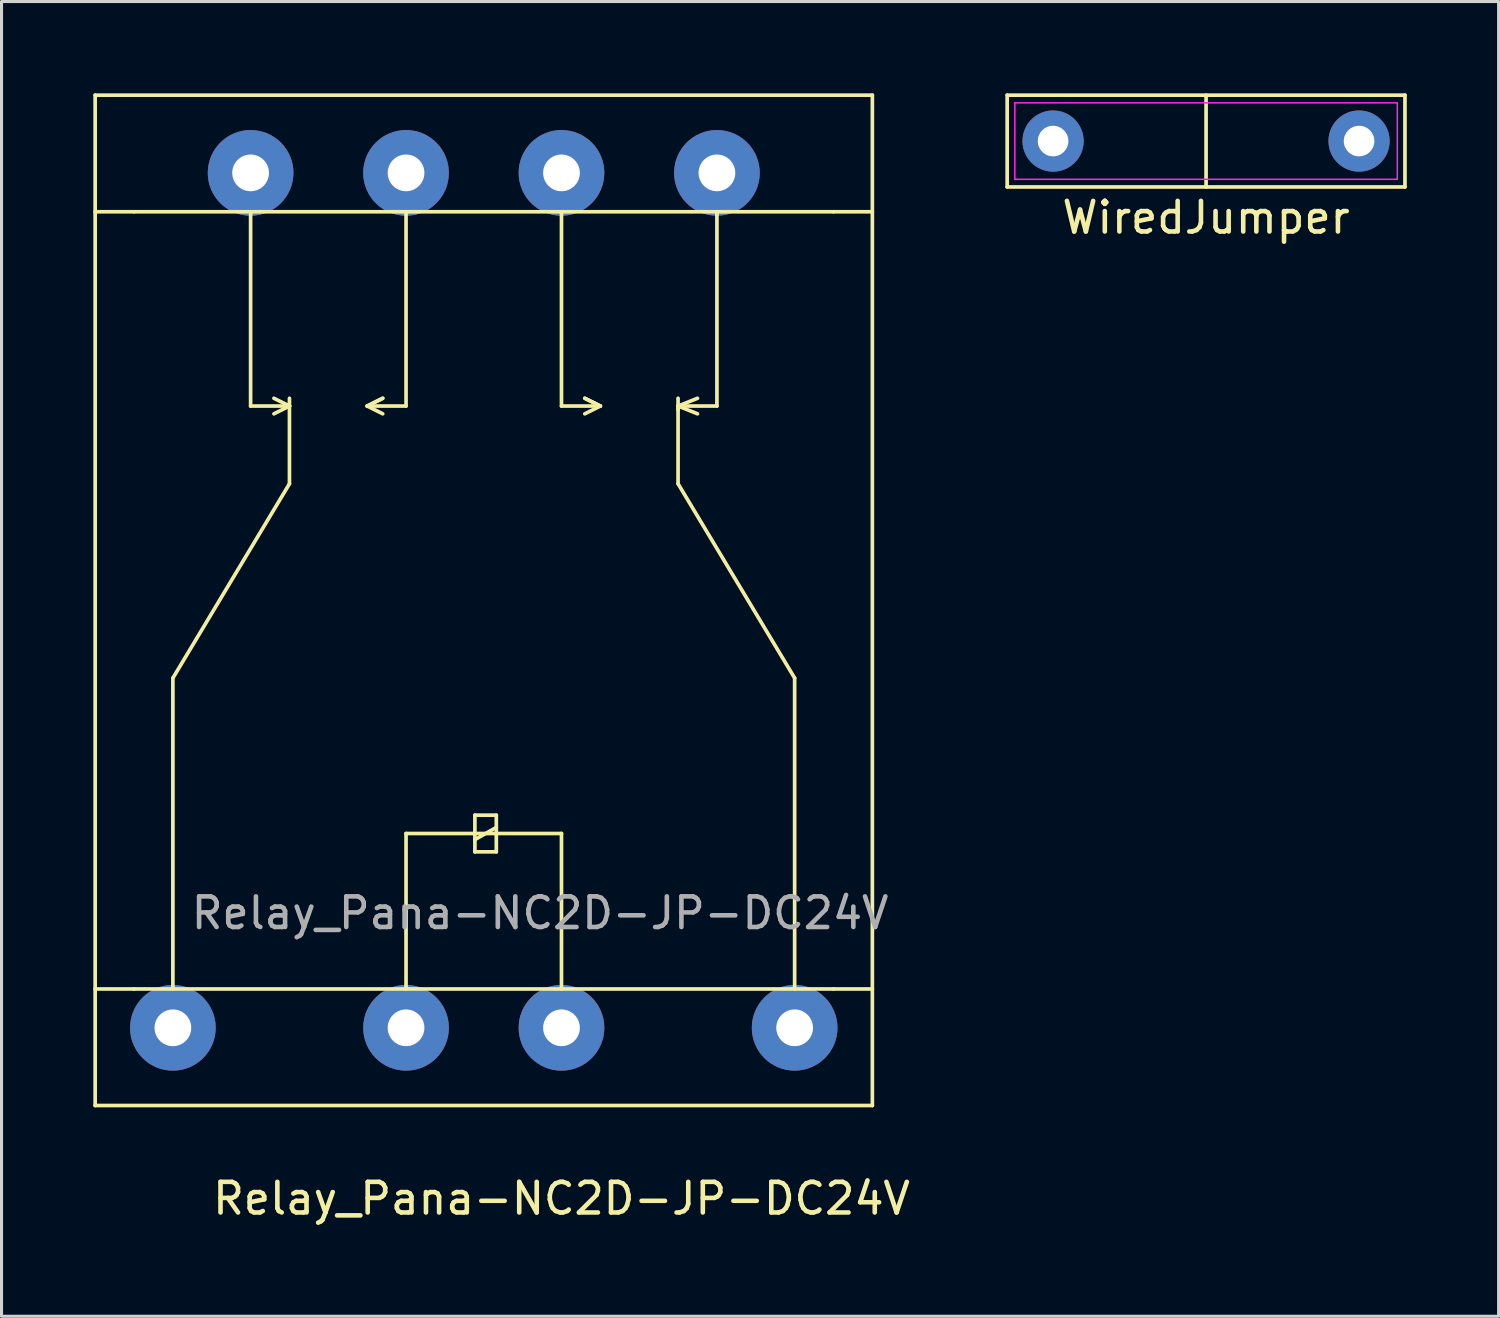
<source format=kicad_pcb>
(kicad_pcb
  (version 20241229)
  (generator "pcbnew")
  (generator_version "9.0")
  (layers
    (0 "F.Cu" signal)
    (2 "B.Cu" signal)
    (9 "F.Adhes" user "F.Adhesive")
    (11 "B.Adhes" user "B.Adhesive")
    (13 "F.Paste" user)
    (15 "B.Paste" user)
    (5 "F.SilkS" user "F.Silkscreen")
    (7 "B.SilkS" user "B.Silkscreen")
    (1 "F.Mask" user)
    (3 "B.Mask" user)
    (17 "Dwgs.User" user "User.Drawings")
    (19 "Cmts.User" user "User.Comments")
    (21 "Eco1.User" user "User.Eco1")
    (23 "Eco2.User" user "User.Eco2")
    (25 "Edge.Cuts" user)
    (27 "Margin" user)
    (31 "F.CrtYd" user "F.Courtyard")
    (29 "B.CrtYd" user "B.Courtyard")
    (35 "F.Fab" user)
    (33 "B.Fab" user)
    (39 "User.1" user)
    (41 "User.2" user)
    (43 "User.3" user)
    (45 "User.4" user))
  (footprint "WiredJumper"
    (layer "F.Cu")
    (at 36.366 1.56)
    (property "Reference" "WiredJumper" (at 0 2.5 0) (layer "F.SilkS") (effects (font (size 1 1) (thickness 0.15))))
    (attr through_hole)
    (fp_line (start -6.5 -1.5) (end 6.5 -1.5) (stroke (width 0.12) (type solid)) (layer "F.SilkS"))
    (fp_line (start -6.5 1.5) (end -6.5 -1.5) (stroke (width 0.12) (type solid)) (layer "F.SilkS"))
    (fp_line (start 0 -1.5) (end 0 1.5) (stroke (width 0.12) (type solid)) (layer "F.SilkS"))
    (fp_line (start 6.5 -1.5) (end 6.5 1.5) (stroke (width 0.12) (type solid)) (layer "F.SilkS"))
    (fp_line (start 6.5 1.5) (end -6.5 1.5) (stroke (width 0.12) (type solid)) (layer "F.SilkS"))
    (fp_line (start -6.25 -1.25) (end 6.25 -1.25) (stroke (width 0.05) (type solid)) (layer "F.CrtYd"))
    (fp_line (start -6.25 1.25) (end -6.25 -1.25) (stroke (width 0.05) (type solid)) (layer "F.CrtYd"))
    (fp_line (start 6.25 -1.25) (end 6.25 1.25) (stroke (width 0.05) (type solid)) (layer "F.CrtYd"))
    (fp_line (start 6.25 1.25) (end -6.25 1.25) (stroke (width 0.05) (type solid)) (layer "F.CrtYd"))
    (pad "1" thru_hole circle (at -5 0) (size 2 2) (drill 1) (layers "*.Cu" "*.Mask"))
    (pad "2" thru_hole circle (at 5 0) (size 2 2) (drill 1) (layers "*.Cu" "*.Mask")))
  (footprint "Relay_Pana-NC2D-JP-DC24V"
    (layer "F.Cu")
    (at 15.3 35.62)
    (property "Reference" "Relay_Pana-NC2D-JP-DC24V" (at 0 0.5 0) (layer "F.SilkS") (effects (font (size 1 1) (thickness 0.15))))
    (attr through_hole)
    (fp_line (start -15.24 -35.56) (end 10.16 -35.56) (stroke (width 0.12) (type solid)) (layer "F.SilkS"))
    (fp_line (start -15.24 -2.54) (end -15.24 -35.56) (stroke (width 0.12) (type solid)) (layer "F.SilkS"))
    (fp_line (start -13.97 -31.75) (end -15.24 -31.75) (stroke (width 0.12) (type solid)) (layer "F.SilkS"))
    (fp_line (start -13.97 -31.75) (end 8.89 -31.75) (stroke (width 0.12) (type solid)) (layer "F.SilkS"))
    (fp_line (start -13.97 -6.35) (end -15.24 -6.35) (stroke (width 0.12) (type solid)) (layer "F.SilkS"))
    (fp_line (start -12.7 -16.51) (end -8.89 -22.86) (stroke (width 0.12) (type solid)) (layer "F.SilkS"))
    (fp_line (start -12.7 -6.35) (end -12.7 -16.51) (stroke (width 0.12) (type solid)) (layer "F.SilkS"))
    (fp_line (start -10.16 -31.75) (end -10.16 -25.4) (stroke (width 0.12) (type solid)) (layer "F.SilkS"))
    (fp_line (start -10.16 -25.4) (end -8.89 -25.4) (stroke (width 0.12) (type solid)) (layer "F.SilkS"))
    (fp_line (start -8.89 -25.4) (end -9.398 -25.654) (stroke (width 0.12) (type solid)) (layer "F.SilkS"))
    (fp_line (start -8.89 -25.4) (end -9.398 -25.146) (stroke (width 0.12) (type solid)) (layer "F.SilkS"))
    (fp_line (start -8.89 -25.4) (end -8.89 -25.654) (stroke (width 0.12) (type solid)) (layer "F.SilkS"))
    (fp_line (start -8.89 -22.86) (end -8.89 -25.4) (stroke (width 0.12) (type solid)) (layer "F.SilkS"))
    (fp_line (start -6.35 -25.4) (end -5.842 -25.654) (stroke (width 0.12) (type solid)) (layer "F.SilkS"))
    (fp_line (start -6.35 -25.4) (end -5.842 -25.146) (stroke (width 0.12) (type solid)) (layer "F.SilkS"))
    (fp_line (start -5.842 -25.654) (end -6.35 -25.4) (stroke (width 0.12) (type solid)) (layer "F.SilkS"))
    (fp_line (start -5.08 -31.75) (end -5.08 -25.4) (stroke (width 0.12) (type solid)) (layer "F.SilkS"))
    (fp_line (start -5.08 -25.4) (end -6.35 -25.4) (stroke (width 0.12) (type solid)) (layer "F.SilkS"))
    (fp_line (start -5.08 -6.35) (end -5.08 -11.43) (stroke (width 0.12) (type solid)) (layer "F.SilkS"))
    (fp_line (start -2.83 -12.03) (end -2.83 -10.83) (stroke (width 0.12) (type solid)) (layer "F.SilkS"))
    (fp_line (start -2.83 -10.83) (end -2.13 -10.83) (stroke (width 0.12) (type solid)) (layer "F.SilkS"))
    (fp_line (start -2.13 -12.03) (end -2.83 -12.03) (stroke (width 0.12) (type solid)) (layer "F.SilkS"))
    (fp_line (start -2.13 -11.63) (end -2.83 -11.23) (stroke (width 0.12) (type solid)) (layer "F.SilkS"))
    (fp_line (start -2.13 -10.83) (end -2.13 -12.03) (stroke (width 0.12) (type solid)) (layer "F.SilkS"))
    (fp_line (start 0 -31.75) (end 0 -25.4) (stroke (width 0.12) (type solid)) (layer "F.SilkS"))
    (fp_line (start 0 -25.4) (end 1.27 -25.4) (stroke (width 0.12) (type solid)) (layer "F.SilkS"))
    (fp_line (start 0 -11.43) (end -5.08 -11.43) (stroke (width 0.12) (type solid)) (layer "F.SilkS"))
    (fp_line (start 0 -6.35) (end 0 -11.43) (stroke (width 0.12) (type solid)) (layer "F.SilkS"))
    (fp_line (start 0.762 -25.654) (end 1.27 -25.4) (stroke (width 0.12) (type solid)) (layer "F.SilkS"))
    (fp_line (start 1.27 -25.4) (end 0.762 -25.654) (stroke (width 0.12) (type solid)) (layer "F.SilkS"))
    (fp_line (start 1.27 -25.4) (end 0.762 -25.146) (stroke (width 0.12) (type solid)) (layer "F.SilkS"))
    (fp_line (start 3.81 -25.654) (end 3.81 -25.273) (stroke (width 0.12) (type solid)) (layer "F.SilkS"))
    (fp_line (start 3.81 -25.4) (end 4.445 -25.654) (stroke (width 0.12) (type solid)) (layer "F.SilkS"))
    (fp_line (start 3.81 -25.4) (end 4.445 -25.146) (stroke (width 0.12) (type solid)) (layer "F.SilkS"))
    (fp_line (start 3.81 -22.86) (end 3.81 -25.4) (stroke (width 0.12) (type solid)) (layer "F.SilkS"))
    (fp_line (start 5.08 -31.75) (end 5.08 -25.4) (stroke (width 0.12) (type solid)) (layer "F.SilkS"))
    (fp_line (start 5.08 -25.4) (end 3.81 -25.4) (stroke (width 0.12) (type solid)) (layer "F.SilkS"))
    (fp_line (start 7.62 -16.51) (end 3.81 -22.86) (stroke (width 0.12) (type solid)) (layer "F.SilkS"))
    (fp_line (start 7.62 -6.35) (end 7.62 -16.51) (stroke (width 0.12) (type solid)) (layer "F.SilkS"))
    (fp_line (start 8.89 -31.75) (end 10.16 -31.75) (stroke (width 0.12) (type solid)) (layer "F.SilkS"))
    (fp_line (start 8.89 -6.35) (end -13.97 -6.35) (stroke (width 0.12) (type solid)) (layer "F.SilkS"))
    (fp_line (start 8.89 -6.35) (end 10.16 -6.35) (stroke (width 0.12) (type solid)) (layer "F.SilkS"))
    (fp_line (start 10.16 -35.56) (end 10.16 -2.54) (stroke (width 0.12) (type solid)) (layer "F.SilkS"))
    (fp_line (start 10.16 -2.54) (end -15.24 -2.54) (stroke (width 0.12) (type solid)) (layer "F.SilkS"))
    (fp_text user "${REFERENCE}" (at -0.7 -8.83 180) (layer "F.Fab") (effects (font (size 1 1) (thickness 0.15))))
    (pad "2" thru_hole circle (at 7.62 -5.08 90) (size 2.8 2.8) (drill 1.2) (layers "*.Cu" "*.Mask"))
    (pad "4" thru_hole circle (at 0 -5.08 90) (size 2.8 2.8) (drill 1.2) (layers "*.Cu" "*.Mask"))
    (pad "5" thru_hole circle (at -5.08 -5.08 90) (size 2.8 2.8) (drill 1.2) (layers "*.Cu" "*.Mask"))
    (pad "7" thru_hole circle (at -12.7 -5.08 90) (size 2.8 2.8) (drill 1.2) (layers "*.Cu" "*.Mask"))
    (pad "11" thru_hole circle (at -10.16 -33.02 90) (size 2.8 2.8) (drill 1.2) (layers "*.Cu" "*.Mask"))
    (pad "12" thru_hole circle (at -5.08 -33.02 90) (size 2.8 2.8) (drill 1.2) (layers "*.Cu" "*.Mask"))
    (pad "13" thru_hole circle (at 0 -33.02 90) (size 2.8 2.8) (drill 1.2) (layers "*.Cu" "*.Mask"))
    (pad "14" thru_hole circle (at 5.08 -33.02 90) (size 2.8 2.8) (drill 1.2) (layers "*.Cu" "*.Mask")))
  (gr_rect
    (start -3 -3)
    (end 45.926 39.968)
    (stroke (width 0.1) (type default))
    (fill no)
    (layer "Edge.Cuts")))
</source>
